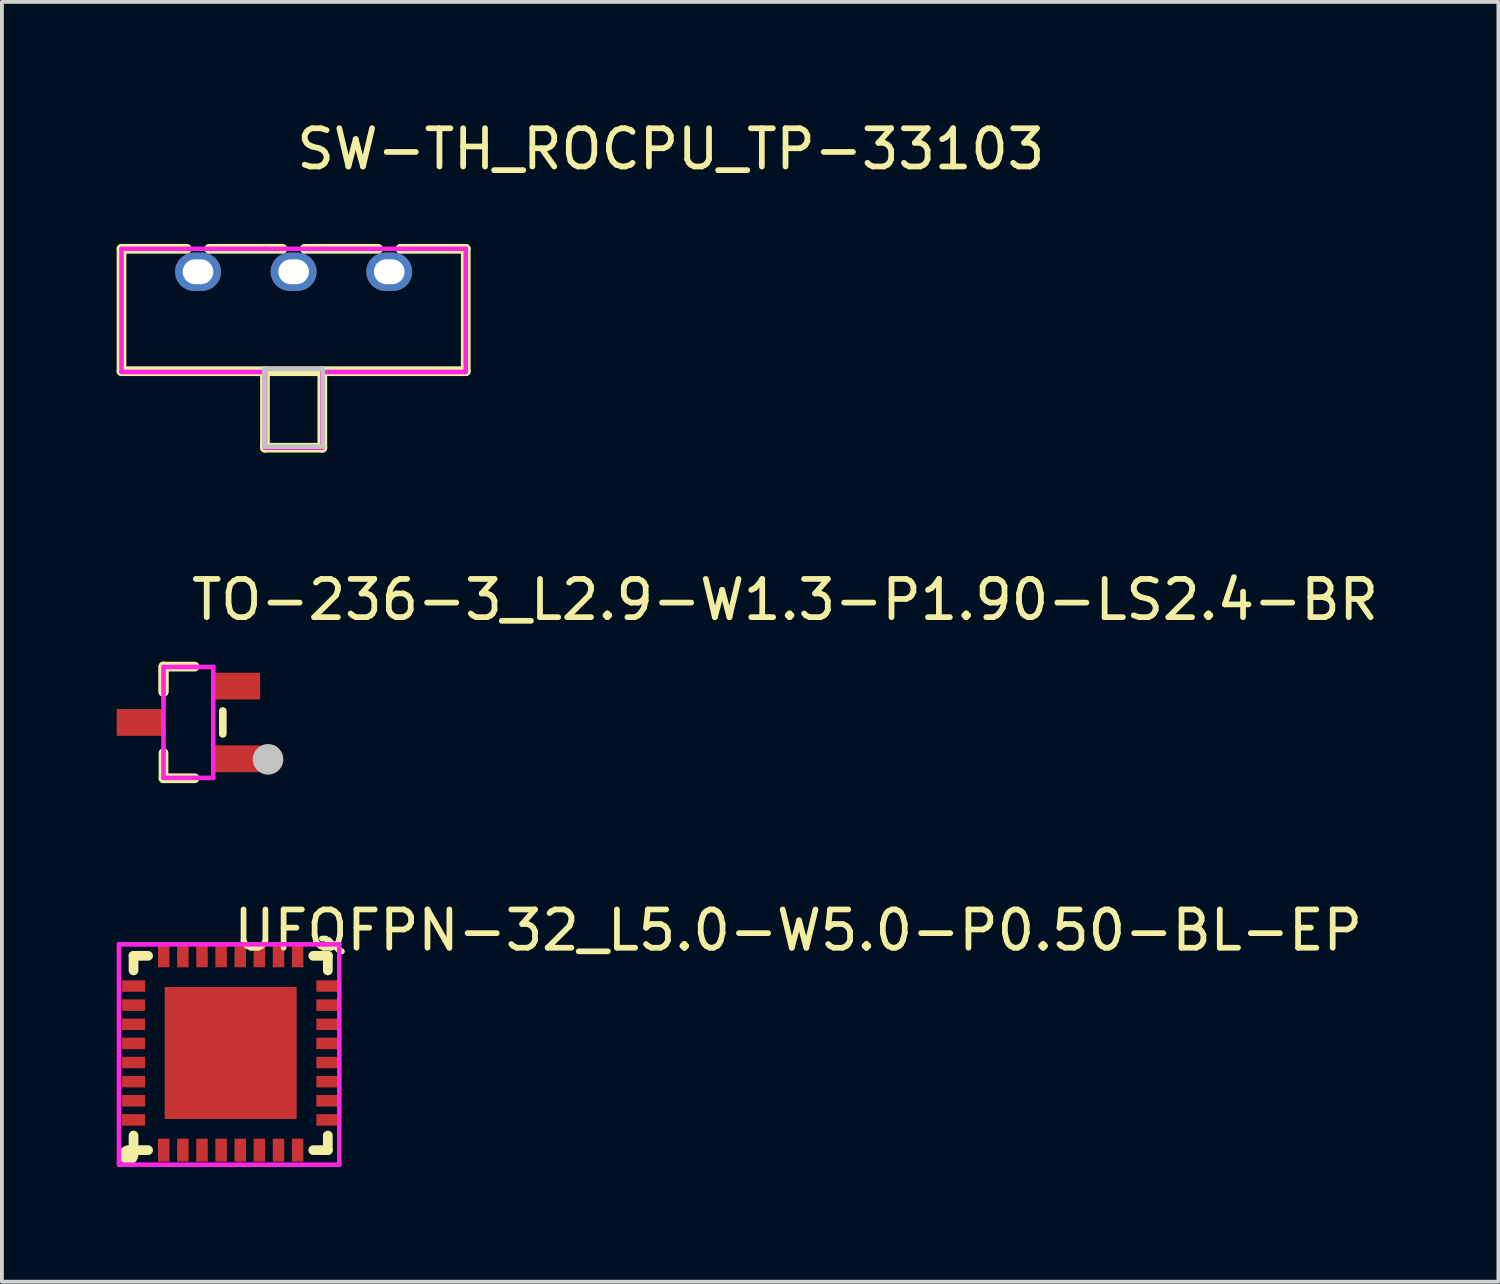
<source format=kicad_pcb>
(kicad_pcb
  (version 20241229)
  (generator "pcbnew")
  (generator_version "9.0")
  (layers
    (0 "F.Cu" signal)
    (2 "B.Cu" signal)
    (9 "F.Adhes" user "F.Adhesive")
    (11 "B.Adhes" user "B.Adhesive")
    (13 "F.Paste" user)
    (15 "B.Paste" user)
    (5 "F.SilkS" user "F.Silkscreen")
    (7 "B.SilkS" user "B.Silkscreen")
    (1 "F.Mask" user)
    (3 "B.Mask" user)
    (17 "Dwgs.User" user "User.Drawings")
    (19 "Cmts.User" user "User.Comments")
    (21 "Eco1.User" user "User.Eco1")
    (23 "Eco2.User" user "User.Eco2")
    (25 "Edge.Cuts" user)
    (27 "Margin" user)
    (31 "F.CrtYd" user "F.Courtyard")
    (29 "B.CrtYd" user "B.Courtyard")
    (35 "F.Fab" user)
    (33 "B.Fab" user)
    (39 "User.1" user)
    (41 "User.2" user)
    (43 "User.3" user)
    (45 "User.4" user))
  (footprint "UFQFPN-32_L5.0-W5.0-P0.50-BL-EP"
    (layer "F.Cu")
    (at 2.981 24.48)
    (property "Reference" "UFQFPN-32_L5.0-W5.0-P0.50-BL-EP" (at 0 -3.207 0) (layer "F.SilkS") (effects (font (size 1 1) (thickness 0.15)) (justify left)))
    (attr through_hole)
    (fp_line (start -2.54 -2.54) (end -2.159 -2.54) (stroke (width 0.254) (type solid)) (layer "F.SilkS"))
    (fp_line (start -2.54 -2.159) (end -2.54 -2.54) (stroke (width 0.254) (type solid)) (layer "F.SilkS"))
    (fp_line (start -2.54 2.54) (end -2.54 2.159) (stroke (width 0.254) (type solid)) (layer "F.SilkS"))
    (fp_line (start -2.159 2.54) (end -2.54 2.54) (stroke (width 0.254) (type solid)) (layer "F.SilkS"))
    (fp_line (start 2.159 -2.54) (end 2.54 -2.54) (stroke (width 0.254) (type solid)) (layer "F.SilkS"))
    (fp_line (start 2.54 -2.54) (end 2.54 -2.159) (stroke (width 0.254) (type solid)) (layer "F.SilkS"))
    (fp_line (start 2.54 2.159) (end 2.54 2.54) (stroke (width 0.254) (type solid)) (layer "F.SilkS"))
    (fp_line (start 2.54 2.54) (end 2.159 2.54) (stroke (width 0.254) (type solid)) (layer "F.SilkS"))
    (fp_circle (center -2.667 2.667) (end -2.54 2.667) (stroke (width 0.254) (type solid)) (fill no) (layer "F.SilkS"))
    (fp_circle (center -2.921 2.921) (end -2.891 2.921) (stroke (width 0.06) (type solid)) (fill no) (layer "Eco2.User"))
    (fp_poly (pts (xy -2.84 -1.9) (xy -2.24 -1.9) (xy -2.24 -1.6) (xy -2.84 -1.6)) (stroke (width 0.12) (type solid)) (fill no) (layer "Eco2.User"))
    (fp_poly (pts (xy -2.84 -1.4) (xy -2.24 -1.4) (xy -2.24 -1.1) (xy -2.84 -1.1)) (stroke (width 0.12) (type solid)) (fill no) (layer "Eco2.User"))
    (fp_poly (pts (xy -2.84 -0.9) (xy -2.24 -0.9) (xy -2.24 -0.6) (xy -2.84 -0.6)) (stroke (width 0.12) (type solid)) (fill no) (layer "Eco2.User"))
    (fp_poly (pts (xy -2.84 -0.4) (xy -2.24 -0.4) (xy -2.24 -0.1) (xy -2.84 -0.1)) (stroke (width 0.12) (type solid)) (fill no) (layer "Eco2.User"))
    (fp_poly (pts (xy -2.84 0.1) (xy -2.24 0.1) (xy -2.24 0.4) (xy -2.84 0.4)) (stroke (width 0.12) (type solid)) (fill no) (layer "Eco2.User"))
    (fp_poly (pts (xy -2.84 0.6) (xy -2.24 0.6) (xy -2.24 0.9) (xy -2.84 0.9)) (stroke (width 0.12) (type solid)) (fill no) (layer "Eco2.User"))
    (fp_poly (pts (xy -2.84 1.1) (xy -2.24 1.1) (xy -2.24 1.4) (xy -2.84 1.4)) (stroke (width 0.12) (type solid)) (fill no) (layer "Eco2.User"))
    (fp_poly (pts (xy -2.84 1.6) (xy -2.24 1.6) (xy -2.24 1.9) (xy -2.84 1.9)) (stroke (width 0.12) (type solid)) (fill no) (layer "Eco2.User"))
    (fp_poly (pts (xy -1.9 2.84) (xy -1.9 2.24) (xy -1.6 2.24) (xy -1.6 2.84)) (stroke (width 0.12) (type solid)) (fill no) (layer "Eco2.User"))
    (fp_poly (pts (xy -1.725 -1.725) (xy 1.725 -1.725) (xy 1.725 1.725) (xy -1.725 1.725)) (stroke (width 0.12) (type solid)) (fill no) (layer "Eco2.User"))
    (fp_poly (pts (xy -1.6 -2.84) (xy -1.6 -2.24) (xy -1.9 -2.24) (xy -1.9 -2.84)) (stroke (width 0.12) (type solid)) (fill no) (layer "Eco2.User"))
    (fp_poly (pts (xy -1.4 2.84) (xy -1.4 2.24) (xy -1.1 2.24) (xy -1.1 2.84)) (stroke (width 0.12) (type solid)) (fill no) (layer "Eco2.User"))
    (fp_poly (pts (xy -1.1 -2.84) (xy -1.1 -2.24) (xy -1.4 -2.24) (xy -1.4 -2.84)) (stroke (width 0.12) (type solid)) (fill no) (layer "Eco2.User"))
    (fp_poly (pts (xy -0.9 2.84) (xy -0.9 2.24) (xy -0.6 2.24) (xy -0.6 2.84)) (stroke (width 0.12) (type solid)) (fill no) (layer "Eco2.User"))
    (fp_poly (pts (xy -0.6 -2.84) (xy -0.6 -2.24) (xy -0.9 -2.24) (xy -0.9 -2.84)) (stroke (width 0.12) (type solid)) (fill no) (layer "Eco2.User"))
    (fp_poly (pts (xy -0.4 2.84) (xy -0.4 2.24) (xy -0.1 2.24) (xy -0.1 2.84)) (stroke (width 0.12) (type solid)) (fill no) (layer "Eco2.User"))
    (fp_poly (pts (xy -0.1 -2.84) (xy -0.1 -2.24) (xy -0.4 -2.24) (xy -0.4 -2.84)) (stroke (width 0.12) (type solid)) (fill no) (layer "Eco2.User"))
    (fp_poly (pts (xy 0.1 2.84) (xy 0.1 2.24) (xy 0.4 2.24) (xy 0.4 2.84)) (stroke (width 0.12) (type solid)) (fill no) (layer "Eco2.User"))
    (fp_poly (pts (xy 0.4 -2.84) (xy 0.4 -2.24) (xy 0.1 -2.24) (xy 0.1 -2.84)) (stroke (width 0.12) (type solid)) (fill no) (layer "Eco2.User"))
    (fp_poly (pts (xy 0.6 2.84) (xy 0.6 2.24) (xy 0.9 2.24) (xy 0.9 2.84)) (stroke (width 0.12) (type solid)) (fill no) (layer "Eco2.User"))
    (fp_poly (pts (xy 0.9 -2.84) (xy 0.9 -2.24) (xy 0.6 -2.24) (xy 0.6 -2.84)) (stroke (width 0.12) (type solid)) (fill no) (layer "Eco2.User"))
    (fp_poly (pts (xy 1.1 2.84) (xy 1.1 2.24) (xy 1.4 2.24) (xy 1.4 2.84)) (stroke (width 0.12) (type solid)) (fill no) (layer "Eco2.User"))
    (fp_poly (pts (xy 1.4 -2.84) (xy 1.4 -2.24) (xy 1.1 -2.24) (xy 1.1 -2.84)) (stroke (width 0.12) (type solid)) (fill no) (layer "Eco2.User"))
    (fp_poly (pts (xy 1.6 2.84) (xy 1.6 2.24) (xy 1.9 2.24) (xy 1.9 2.84)) (stroke (width 0.12) (type solid)) (fill no) (layer "Eco2.User"))
    (fp_poly (pts (xy 1.9 -2.84) (xy 1.9 -2.24) (xy 1.6 -2.24) (xy 1.6 -2.84)) (stroke (width 0.12) (type solid)) (fill no) (layer "Eco2.User"))
    (fp_poly (pts (xy 2.84 -1.6) (xy 2.24 -1.6) (xy 2.24 -1.9) (xy 2.84 -1.9)) (stroke (width 0.12) (type solid)) (fill no) (layer "Eco2.User"))
    (fp_poly (pts (xy 2.84 -1.1) (xy 2.24 -1.1) (xy 2.24 -1.4) (xy 2.84 -1.4)) (stroke (width 0.12) (type solid)) (fill no) (layer "Eco2.User"))
    (fp_poly (pts (xy 2.84 -0.6) (xy 2.24 -0.6) (xy 2.24 -0.9) (xy 2.84 -0.9)) (stroke (width 0.12) (type solid)) (fill no) (layer "Eco2.User"))
    (fp_poly (pts (xy 2.84 -0.1) (xy 2.24 -0.1) (xy 2.24 -0.4) (xy 2.84 -0.4)) (stroke (width 0.12) (type solid)) (fill no) (layer "Eco2.User"))
    (fp_poly (pts (xy 2.84 0.4) (xy 2.24 0.4) (xy 2.24 0.1) (xy 2.84 0.1)) (stroke (width 0.12) (type solid)) (fill no) (layer "Eco2.User"))
    (fp_poly (pts (xy 2.84 0.9) (xy 2.24 0.9) (xy 2.24 0.6) (xy 2.84 0.6)) (stroke (width 0.12) (type solid)) (fill no) (layer "Eco2.User"))
    (fp_poly (pts (xy 2.84 1.4) (xy 2.24 1.4) (xy 2.24 1.1) (xy 2.84 1.1)) (stroke (width 0.12) (type solid)) (fill no) (layer "Eco2.User"))
    (fp_poly (pts (xy 2.84 1.9) (xy 2.24 1.9) (xy 2.24 1.6) (xy 2.84 1.6)) (stroke (width 0.12) (type solid)) (fill no) (layer "Eco2.User"))
    (fp_line (start -2.921 -2.84) (end 2.84 -2.84) (stroke (width 0.12) (type solid)) (layer "F.CrtYd"))
    (fp_line (start -2.921 2.921) (end -2.921 -2.84) (stroke (width 0.12) (type solid)) (layer "F.CrtYd"))
    (fp_line (start 2.84 -2.84) (end 2.84 2.921) (stroke (width 0.12) (type solid)) (layer "F.CrtYd"))
    (fp_line (start 2.84 2.921) (end -2.921 2.921) (stroke (width 0.12) (type solid)) (layer "F.CrtYd"))
    (pad "1" smd rect (at -1.75 2.54 90) (size 0.6 0.3) (layers "F.Cu" "F.Mask" "F.Paste"))
    (pad "2" smd rect (at -1.25 2.54 90) (size 0.6 0.3) (layers "F.Cu" "F.Mask" "F.Paste"))
    (pad "3" smd rect (at -0.75 2.54 90) (size 0.6 0.3) (layers "F.Cu" "F.Mask" "F.Paste"))
    (pad "4" smd rect (at -0.25 2.54 90) (size 0.6 0.3) (layers "F.Cu" "F.Mask" "F.Paste"))
    (pad "5" smd rect (at 0.25 2.54 90) (size 0.6 0.3) (layers "F.Cu" "F.Mask" "F.Paste"))
    (pad "6" smd rect (at 0.75 2.54 90) (size 0.6 0.3) (layers "F.Cu" "F.Mask" "F.Paste"))
    (pad "7" smd rect (at 1.25 2.54 90) (size 0.6 0.3) (layers "F.Cu" "F.Mask" "F.Paste"))
    (pad "8" smd rect (at 1.75 2.54 90) (size 0.6 0.3) (layers "F.Cu" "F.Mask" "F.Paste"))
    (pad "9" smd rect (at 2.54 1.75 180) (size 0.6 0.3) (layers "F.Cu" "F.Mask" "F.Paste"))
    (pad "10" smd rect (at 2.54 1.25 180) (size 0.6 0.3) (layers "F.Cu" "F.Mask" "F.Paste"))
    (pad "11" smd rect (at 2.54 0.75 180) (size 0.6 0.3) (layers "F.Cu" "F.Mask" "F.Paste"))
    (pad "12" smd rect (at 2.54 0.25 180) (size 0.6 0.3) (layers "F.Cu" "F.Mask" "F.Paste"))
    (pad "13" smd rect (at 2.54 -0.25 180) (size 0.6 0.3) (layers "F.Cu" "F.Mask" "F.Paste"))
    (pad "14" smd rect (at 2.54 -0.75 180) (size 0.6 0.3) (layers "F.Cu" "F.Mask" "F.Paste"))
    (pad "15" smd rect (at 2.54 -1.25 180) (size 0.6 0.3) (layers "F.Cu" "F.Mask" "F.Paste"))
    (pad "16" smd rect (at 2.54 -1.75 180) (size 0.6 0.3) (layers "F.Cu" "F.Mask" "F.Paste"))
    (pad "17" smd rect (at 1.75 -2.54 270) (size 0.6 0.3) (layers "F.Cu" "F.Mask" "F.Paste"))
    (pad "18" smd rect (at 1.25 -2.54 270) (size 0.6 0.3) (layers "F.Cu" "F.Mask" "F.Paste"))
    (pad "19" smd rect (at 0.75 -2.54 270) (size 0.6 0.3) (layers "F.Cu" "F.Mask" "F.Paste"))
    (pad "20" smd rect (at 0.25 -2.54 270) (size 0.6 0.3) (layers "F.Cu" "F.Mask" "F.Paste"))
    (pad "21" smd rect (at -0.25 -2.54 270) (size 0.6 0.3) (layers "F.Cu" "F.Mask" "F.Paste"))
    (pad "22" smd rect (at -0.75 -2.54 270) (size 0.6 0.3) (layers "F.Cu" "F.Mask" "F.Paste"))
    (pad "23" smd rect (at -1.25 -2.54 270) (size 0.6 0.3) (layers "F.Cu" "F.Mask" "F.Paste"))
    (pad "24" smd rect (at -1.75 -2.54 270) (size 0.6 0.3) (layers "F.Cu" "F.Mask" "F.Paste"))
    (pad "25" smd rect (at -2.54 -1.75) (size 0.6 0.3) (layers "F.Cu" "F.Mask" "F.Paste"))
    (pad "26" smd rect (at -2.54 -1.25) (size 0.6 0.3) (layers "F.Cu" "F.Mask" "F.Paste"))
    (pad "27" smd rect (at -2.54 -0.75) (size 0.6 0.3) (layers "F.Cu" "F.Mask" "F.Paste"))
    (pad "28" smd rect (at -2.54 -0.25) (size 0.6 0.3) (layers "F.Cu" "F.Mask" "F.Paste"))
    (pad "29" smd rect (at -2.54 0.25) (size 0.6 0.3) (layers "F.Cu" "F.Mask" "F.Paste"))
    (pad "30" smd rect (at -2.54 0.75) (size 0.6 0.3) (layers "F.Cu" "F.Mask" "F.Paste"))
    (pad "31" smd rect (at -2.54 1.25) (size 0.6 0.3) (layers "F.Cu" "F.Mask" "F.Paste"))
    (pad "32" smd rect (at -2.54 1.75) (size 0.6 0.3) (layers "F.Cu" "F.Mask" "F.Paste"))
    (pad "33" smd rect (at 0 0) (size 3.45 3.45) (layers "F.Cu" "F.Mask" "F.Paste")))
  (footprint "TO-236-3_L2.9-W1.3-P1.90-LS2.4-BR"
    (layer "F.Cu")
    (at 1.875 15.838)
    (property "Reference" "TO-236-3_L2.9-W1.3-P1.90-LS2.4-BR" (at 0 -3.207 0) (layer "F.SilkS") (effects (font (size 1 1) (thickness 0.15)) (justify left)))
    (attr through_hole)
    (fp_line (start -0.65 -1.46) (end -0.65 -0.8) (stroke (width 0.254) (type solid)) (layer "F.SilkS"))
    (fp_line (start -0.65 -1.46) (end 0.165 -1.46) (stroke (width 0.254) (type solid)) (layer "F.SilkS"))
    (fp_line (start -0.65 -0.8) (end -0.65 -1.46) (stroke (width 0.254) (type solid)) (layer "F.SilkS"))
    (fp_line (start -0.65 -0.8) (end -0.65 -1.46) (stroke (width 0.254) (type solid)) (layer "F.SilkS"))
    (fp_line (start -0.65 1.46) (end -0.65 0.8) (stroke (width 0.254) (type solid)) (layer "F.SilkS"))
    (fp_line (start 0.165 1.46) (end -0.65 1.46) (stroke (width 0.254) (type solid)) (layer "F.SilkS"))
    (fp_line (start 0.9 0.3) (end 0.9 -0.3) (stroke (width 0.2) (type solid)) (layer "F.SilkS"))
    (fp_circle (center 2.083 0.965) (end 2.283 0.965) (stroke (width 0.4) (type solid)) (fill no) (layer "Dwgs.User"))
    (fp_line (start -1.01 -0.22) (end -0.64 -0.22) (stroke (width 0.12) (type solid)) (layer "Eco2.User"))
    (fp_line (start -1.01 0.22) (end -1.01 -0.22) (stroke (width 0.12) (type solid)) (layer "Eco2.User"))
    (fp_line (start -0.64 -0.22) (end -0.64 0.22) (stroke (width 0.12) (type solid)) (layer "Eco2.User"))
    (fp_line (start -0.64 0.22) (end -1.01 0.22) (stroke (width 0.12) (type solid)) (layer "Eco2.User"))
    (fp_line (start 0.64 -1.17) (end 1.01 -1.17) (stroke (width 0.12) (type solid)) (layer "Eco2.User"))
    (fp_line (start 0.64 -0.73) (end 0.64 -1.17) (stroke (width 0.12) (type solid)) (layer "Eco2.User"))
    (fp_line (start 0.64 0.73) (end 1.01 0.73) (stroke (width 0.12) (type solid)) (layer "Eco2.User"))
    (fp_line (start 0.64 1.17) (end 0.64 0.73) (stroke (width 0.12) (type solid)) (layer "Eco2.User"))
    (fp_line (start 1.01 -1.17) (end 1.01 -0.73) (stroke (width 0.12) (type solid)) (layer "Eco2.User"))
    (fp_line (start 1.01 -0.73) (end 0.64 -0.73) (stroke (width 0.12) (type solid)) (layer "Eco2.User"))
    (fp_line (start 1.01 0.73) (end 1.01 1.17) (stroke (width 0.12) (type solid)) (layer "Eco2.User"))
    (fp_line (start 1.01 1.17) (end 0.64 1.17) (stroke (width 0.12) (type solid)) (layer "Eco2.User"))
    (fp_circle (center 1.2 1.45) (end 1.23 1.45) (stroke (width 0.06) (type solid)) (fill no) (layer "Eco2.User"))
    (fp_poly (pts (xy -1.2 0.22) (xy -1.2 -0.22) (xy -1 -0.22) (xy -1 0.22)) (stroke (width 0.12) (type solid)) (fill no) (layer "Eco2.User"))
    (fp_poly (pts (xy 1 -0.73) (xy 1 -1.17) (xy 1.2 -1.17) (xy 1.2 -0.73)) (stroke (width 0.12) (type solid)) (fill no) (layer "Eco2.User"))
    (fp_poly (pts (xy 1 1.17) (xy 1 0.73) (xy 1.2 0.73) (xy 1.2 1.17)) (stroke (width 0.12) (type solid)) (fill no) (layer "Eco2.User"))
    (fp_line (start -0.65 -1.45) (end 0.65 -1.45) (stroke (width 0.12) (type solid)) (layer "F.CrtYd"))
    (fp_line (start -0.65 1.45) (end -0.65 -1.45) (stroke (width 0.12) (type solid)) (layer "F.CrtYd"))
    (fp_line (start 0.65 -1.45) (end 0.65 1.45) (stroke (width 0.12) (type solid)) (layer "F.CrtYd"))
    (fp_line (start 0.65 1.45) (end -0.65 1.45) (stroke (width 0.12) (type solid)) (layer "F.CrtYd"))
    (pad "1" smd rect (at 1.25 0.95 270) (size 0.7 1.25) (layers "F.Cu" "F.Mask" "F.Paste"))
    (pad "2" smd rect (at 1.25 -0.95 270) (size 0.7 1.25) (layers "F.Cu" "F.Mask" "F.Paste"))
    (pad "3" smd rect (at -1.25 0 270) (size 0.7 1.25) (layers "F.Cu" "F.Mask" "F.Paste")))
  (footprint "SW-TH_ROCPU_TP-33103"
    (layer "F.Cu")
    (at 4.627 4.055)
    (property "Reference" "SW-TH_ROCPU_TP-33103" (at 0 -3.207 0) (layer "F.SilkS") (effects (font (size 1 1) (thickness 0.15)) (justify left)))
    (attr through_hole)
    (fp_line (start -4.5 -0.6) (end -4.5 2.6) (stroke (width 0.254) (type solid)) (layer "F.SilkS"))
    (fp_line (start -4.5 -0.6) (end -2.79 -0.6) (stroke (width 0.254) (type solid)) (layer "F.SilkS"))
    (fp_line (start -4.5 2.6) (end 4.5 2.6) (stroke (width 0.254) (type solid)) (layer "F.SilkS"))
    (fp_line (start -2.21 -0.6) (end -0.29 -0.6) (stroke (width 0.254) (type solid)) (layer "F.SilkS"))
    (fp_line (start -0.75 4.6) (end -0.75 2.6) (stroke (width 0.254) (type solid)) (layer "F.SilkS"))
    (fp_line (start 0.29 -0.6) (end 2.21 -0.6) (stroke (width 0.254) (type solid)) (layer "F.SilkS"))
    (fp_line (start 0.75 4.6) (end -0.75 4.6) (stroke (width 0.254) (type solid)) (layer "F.SilkS"))
    (fp_line (start 0.75 4.6) (end 0.75 2.6) (stroke (width 0.254) (type solid)) (layer "F.SilkS"))
    (fp_line (start 2.79 -0.6) (end 4.5 -0.6) (stroke (width 0.254) (type solid)) (layer "F.SilkS"))
    (fp_line (start 4.5 -0.6) (end 4.5 2.6) (stroke (width 0.254) (type solid)) (layer "F.SilkS"))
    (fp_poly (pts (xy -0.762 2.54) (xy -0.762 4.572) (xy 0.762 4.572) (xy 0.762 2.54)) (stroke (width 0.12) (type solid)) (fill no) (layer "Dwgs.User"))
    (fp_circle (center -4.5 4.6) (end -4.47 4.6) (stroke (width 0.06) (type solid)) (fill no) (layer "Eco2.User"))
    (fp_poly (pts (xy -2.775 -0.15) (xy -2.225 -0.15) (xy -2.225 0.15) (xy -2.775 0.15)) (stroke (width 0.12) (type solid)) (fill no) (layer "Eco2.User"))
    (fp_poly (pts (xy -0.275 -0.15) (xy 0.275 -0.15) (xy 0.275 0.15) (xy -0.275 0.15)) (stroke (width 0.12) (type solid)) (fill no) (layer "Eco2.User"))
    (fp_poly (pts (xy 2.225 -0.15) (xy 2.775 -0.15) (xy 2.775 0.15) (xy 2.225 0.15)) (stroke (width 0.12) (type solid)) (fill no) (layer "Eco2.User"))
    (fp_line (start -4.5 -0.6) (end -4.5 2.62) (stroke (width 0.12) (type solid)) (layer "F.CrtYd"))
    (fp_line (start -4.5 2.62) (end -0.75 2.62) (stroke (width 0.12) (type solid)) (layer "F.CrtYd"))
    (fp_line (start -0.75 -0.6) (end -4.5 -0.6) (stroke (width 0.12) (type solid)) (layer "F.CrtYd"))
    (fp_line (start -0.75 2.62) (end -0.75 4.6) (stroke (width 0.12) (type solid)) (layer "F.CrtYd"))
    (fp_line (start -0.75 4.6) (end 0.75 4.6) (stroke (width 0.12) (type solid)) (layer "F.CrtYd"))
    (fp_line (start 0.75 -0.6) (end -0.75 -0.6) (stroke (width 0.12) (type solid)) (layer "F.CrtYd"))
    (fp_line (start 0.75 2.62) (end 4.5 2.62) (stroke (width 0.12) (type solid)) (layer "F.CrtYd"))
    (fp_line (start 0.75 4.6) (end 0.75 2.62) (stroke (width 0.12) (type solid)) (layer "F.CrtYd"))
    (fp_line (start 4.5 -0.6) (end 0.75 -0.6) (stroke (width 0.12) (type solid)) (layer "F.CrtYd"))
    (fp_line (start 4.5 2.62) (end 4.5 -0.6) (stroke (width 0.12) (type solid)) (layer "F.CrtYd"))
    (pad "1" thru_hole oval (at -2.5 0) (size 1.2 1) (drill oval 0.8 0.65) (layers "*.Cu" "*.Mask"))
    (pad "2" thru_hole oval (at 0 0) (size 1.2 1) (drill oval 0.8 0.65) (layers "*.Cu" "*.Mask"))
    (pad "3" thru_hole oval (at 2.5 0) (size 1.2 1) (drill oval 0.8 0.65) (layers "*.Cu" "*.Mask")))
  (gr_rect
    (start -3 -3)
    (end 36.125 30.461)
    (stroke (width 0.1) (type default))
    (fill no)
    (layer "Edge.Cuts")))
</source>
